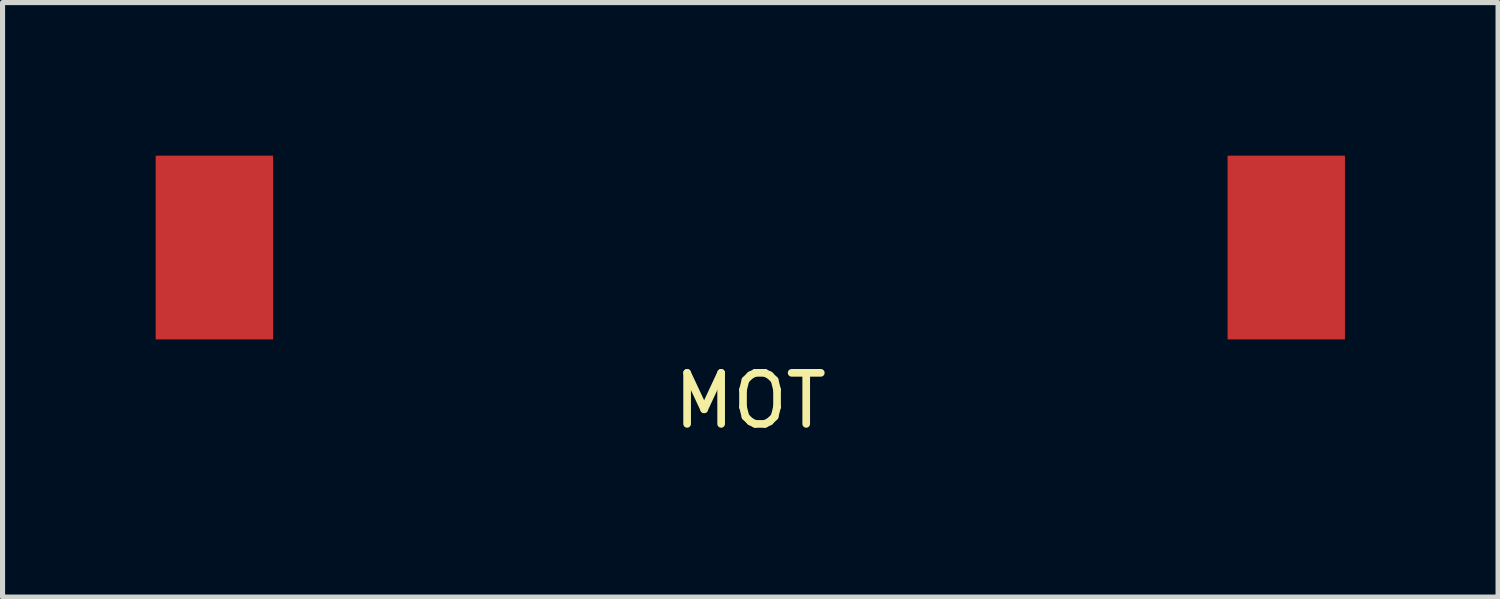
<source format=kicad_pcb>
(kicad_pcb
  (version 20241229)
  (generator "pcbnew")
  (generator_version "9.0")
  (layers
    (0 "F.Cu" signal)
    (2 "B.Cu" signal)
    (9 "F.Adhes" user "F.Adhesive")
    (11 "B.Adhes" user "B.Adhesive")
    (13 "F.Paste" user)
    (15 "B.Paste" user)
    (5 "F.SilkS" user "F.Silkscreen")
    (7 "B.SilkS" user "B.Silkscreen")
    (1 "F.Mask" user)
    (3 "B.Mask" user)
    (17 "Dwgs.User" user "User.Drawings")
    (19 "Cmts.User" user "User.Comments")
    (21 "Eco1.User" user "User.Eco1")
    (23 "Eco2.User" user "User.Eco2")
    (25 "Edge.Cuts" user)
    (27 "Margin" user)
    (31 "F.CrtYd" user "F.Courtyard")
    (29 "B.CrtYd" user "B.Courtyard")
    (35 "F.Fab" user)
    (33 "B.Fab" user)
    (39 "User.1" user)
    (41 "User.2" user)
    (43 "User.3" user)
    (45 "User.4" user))
  (footprint "MOT"
    (layer "F.Cu")
    (at 11.65 1.8)
    (property "Reference" "MOT" (at 0 3 0) (layer "F.SilkS") (effects (font (size 1 1) (thickness 0.15))))
    (attr through_hole)
    (pad "1" smd rect (at -10.5 0) (size 2.3 3.6) (layers "F.Cu" "F.Mask" "F.Paste"))
    (pad "2" smd rect (at 10.5 0) (size 2.3 3.6) (layers "F.Cu" "F.Mask" "F.Paste")))
  (gr_rect
    (start -3 -3)
    (end 26.3 8.648)
    (stroke (width 0.1) (type default))
    (fill no)
    (layer "Edge.Cuts")))
</source>
